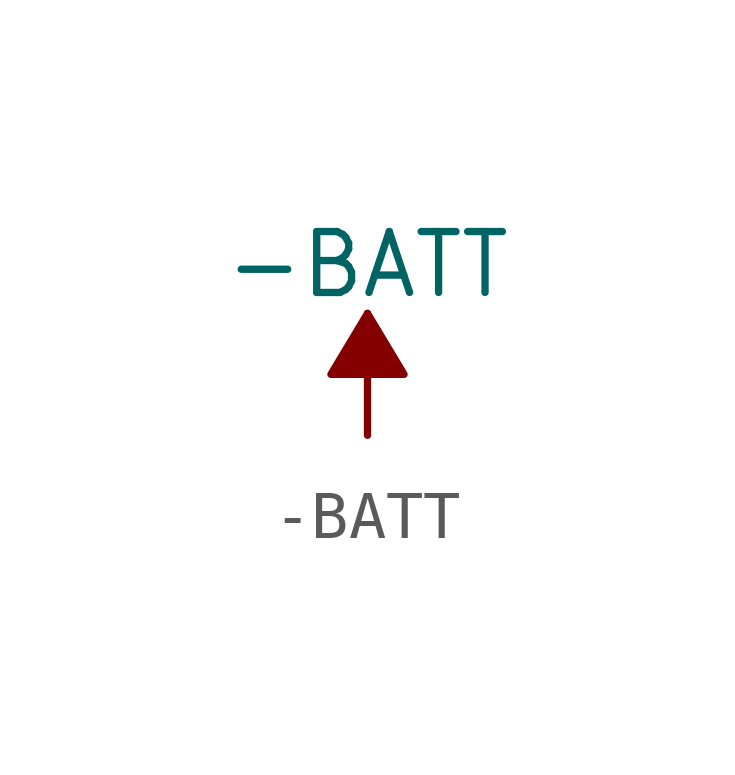
<source format=kicad_sym>
(kicad_symbol_lib
  (version 20231120)
  (generator "kicad_symbol_editor")
  (generator_version "8.0")
  (symbol "-BATT"
    (power)
    (pin_names
      (offset 0))
    (property "Reference" "#PWR"
      (at 0 -3.81 0)
      (effects (font (size 1.27 1.27)) (hide yes)))
    (property "Value" "-BATT"
      (at 0 3.556 0)
      (effects (font (size 1.27 1.27))))
    (symbol "-BATT_0_1"
      (polyline (pts (xy 0 0) (xy 0 2.54)) (stroke (width 0) (type default)) (fill (type none)))
      (polyline (pts (xy 0.762 1.27) (xy -0.762 1.27) (xy 0 2.54) (xy 0.762 1.27)) (stroke (width 0) (type default)) (fill (type outline))))
    (symbol "-BATT_1_1"
      (pin power_in line (at 0 0 90) (length 0) hide (name "-BATT" (effects (font (size 1.27 1.27)))) (number "1" (effects (font (size 1.27 1.27))))))))
</source>
